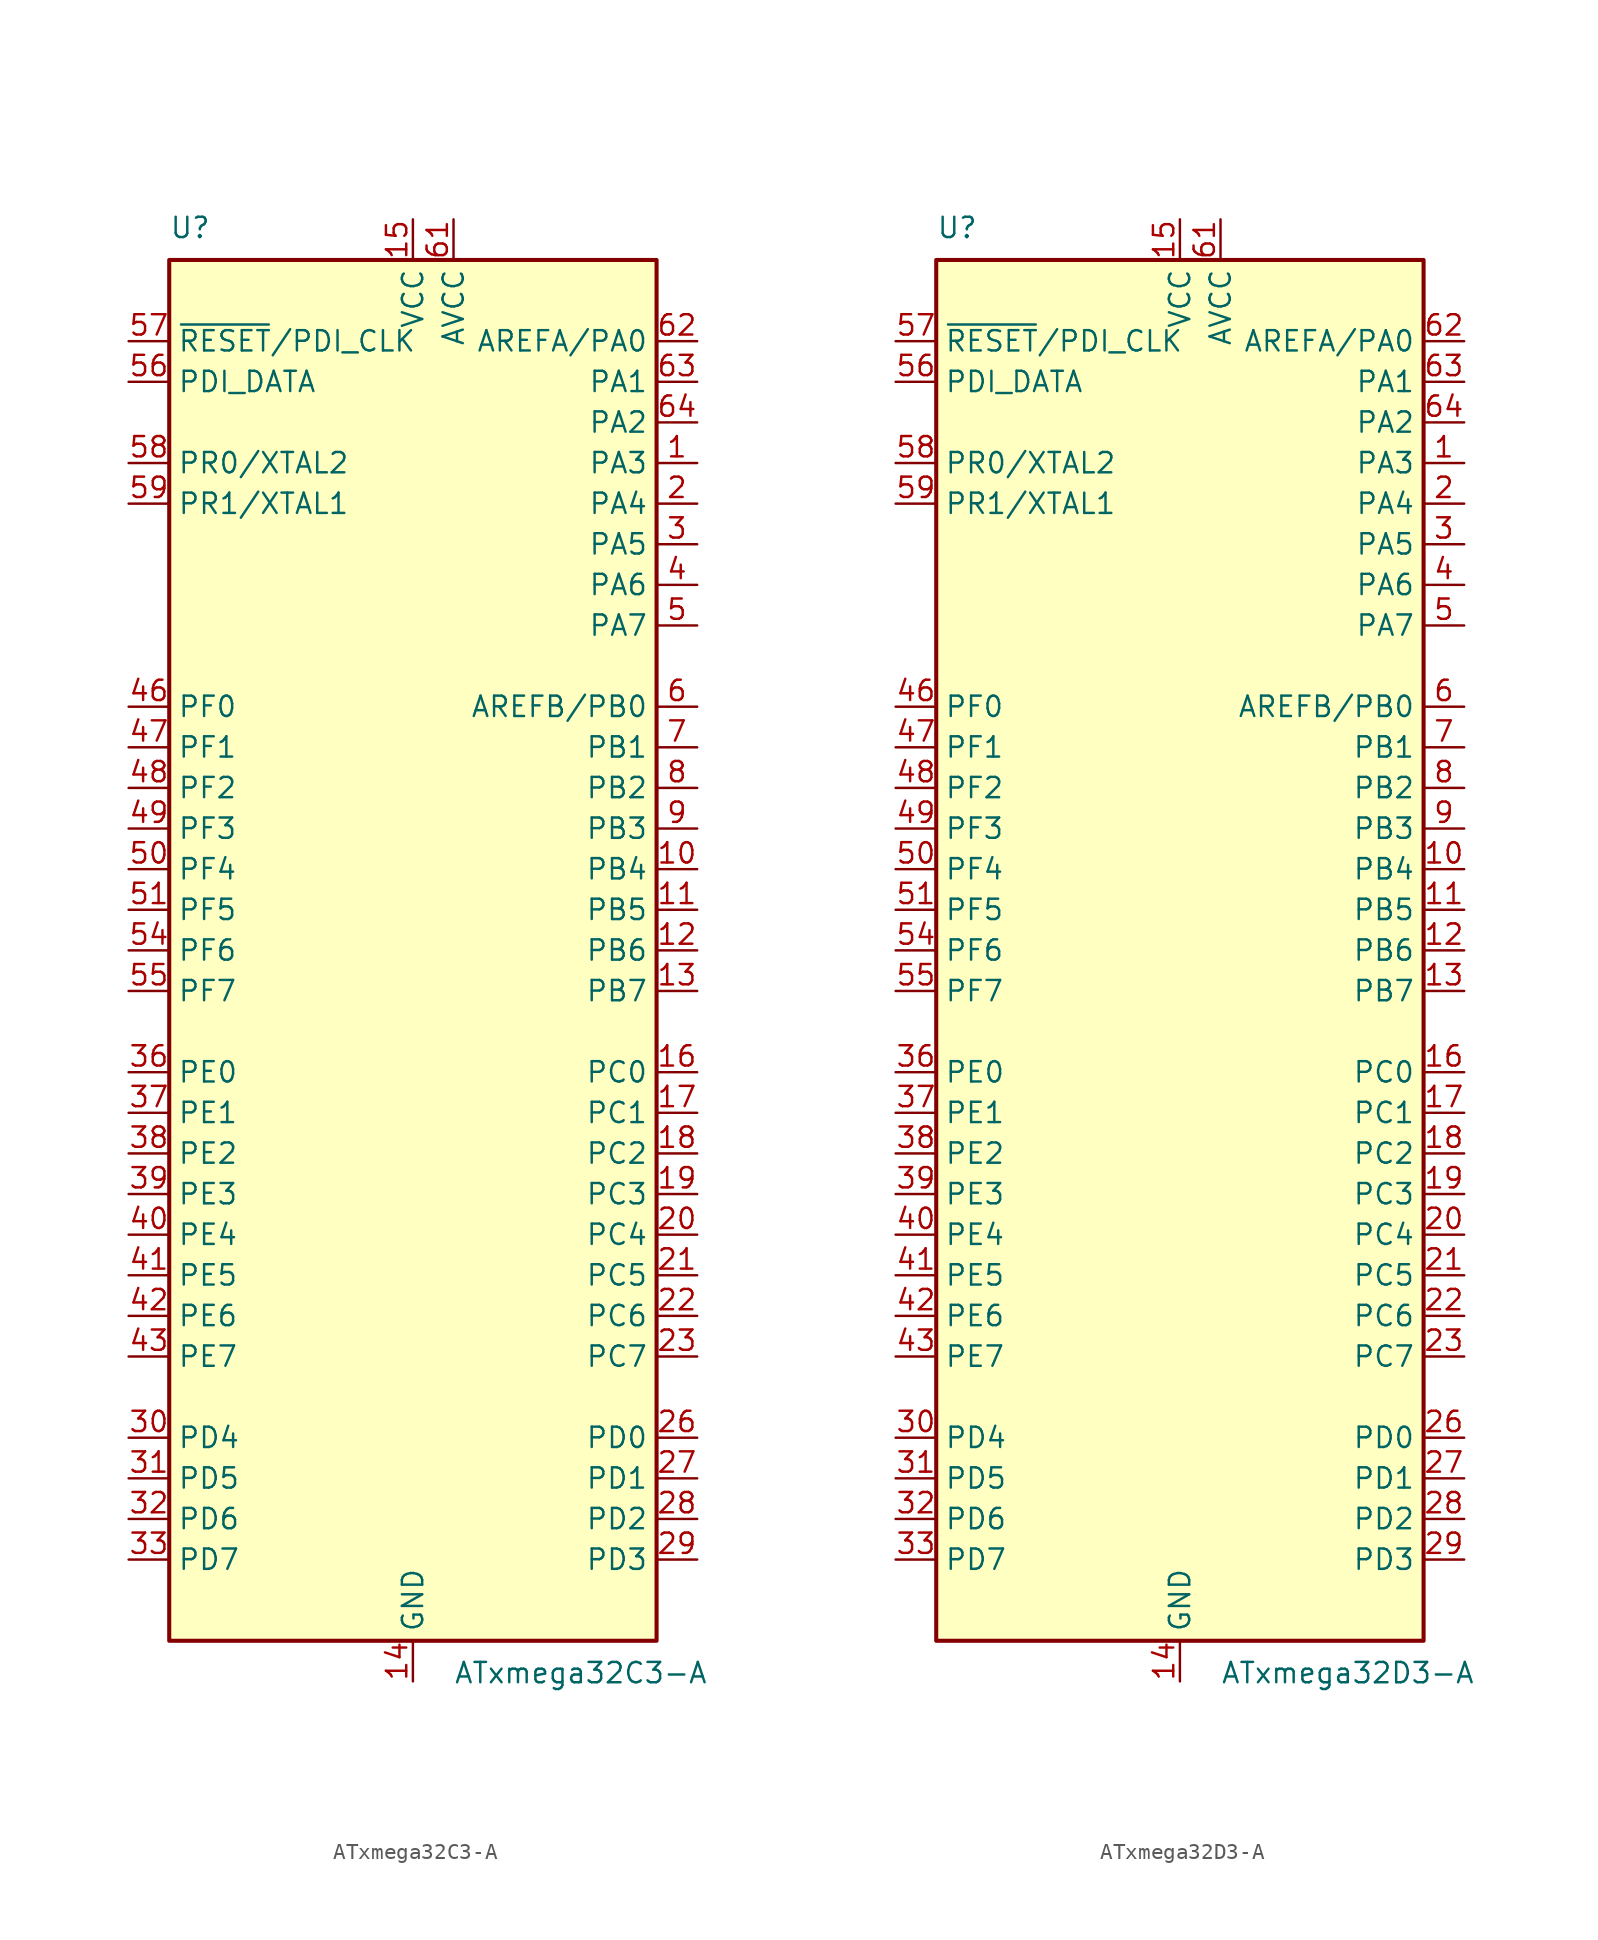
<source format=kicad_sym>
(kicad_symbol_lib
  (version 20201005)
  (generator kicad_symbol_editor)
  (symbol "MCU_Microchip_ATmega:ATxmega32C3-A"
    (property "Reference" "U"
      (at -15.24 44.45 0)
      (effects (font (size 1.27 1.27)) (justify left bottom)))
    (property "Value" "ATxmega32C3-A"
      (at 2.54 -44.45 0)
      (effects (font (size 1.27 1.27)) (justify left top)))
    (symbol "ATxmega32C3-A_0_1"
      (rectangle (start -15.24 -43.18) (end 15.24 43.18) (stroke (width 0.254)) (fill (type background))))
    (symbol "ATxmega32C3-A_1_1"
      (pin bidirectional line (at 17.78 30.48 180) (length 2.54) (name "PA3" (effects (font (size 1.27 1.27)))) (number "1" (effects (font (size 1.27 1.27)))))
      (pin bidirectional line (at 17.78 5.08 180) (length 2.54) (name "PB4" (effects (font (size 1.27 1.27)))) (number "10" (effects (font (size 1.27 1.27)))))
      (pin bidirectional line (at 17.78 2.54 180) (length 2.54) (name "PB5" (effects (font (size 1.27 1.27)))) (number "11" (effects (font (size 1.27 1.27)))))
      (pin bidirectional line (at 17.78 0 180) (length 2.54) (name "PB6" (effects (font (size 1.27 1.27)))) (number "12" (effects (font (size 1.27 1.27)))))
      (pin bidirectional line (at 17.78 -2.54 180) (length 2.54) (name "PB7" (effects (font (size 1.27 1.27)))) (number "13" (effects (font (size 1.27 1.27)))))
      (pin power_in line (at 0 -45.72 90) (length 2.54) (name "GND" (effects (font (size 1.27 1.27)))) (number "14" (effects (font (size 1.27 1.27)))))
      (pin power_in line (at 0 45.72 270) (length 2.54) (name "VCC" (effects (font (size 1.27 1.27)))) (number "15" (effects (font (size 1.27 1.27)))))
      (pin bidirectional line (at 17.78 -7.62 180) (length 2.54) (name "PC0" (effects (font (size 1.27 1.27)))) (number "16" (effects (font (size 1.27 1.27)))))
      (pin bidirectional line (at 17.78 -10.16 180) (length 2.54) (name "PC1" (effects (font (size 1.27 1.27)))) (number "17" (effects (font (size 1.27 1.27)))))
      (pin bidirectional line (at 17.78 -12.7 180) (length 2.54) (name "PC2" (effects (font (size 1.27 1.27)))) (number "18" (effects (font (size 1.27 1.27)))))
      (pin bidirectional line (at 17.78 -15.24 180) (length 2.54) (name "PC3" (effects (font (size 1.27 1.27)))) (number "19" (effects (font (size 1.27 1.27)))))
      (pin bidirectional line (at 17.78 27.94 180) (length 2.54) (name "PA4" (effects (font (size 1.27 1.27)))) (number "2" (effects (font (size 1.27 1.27)))))
      (pin bidirectional line (at 17.78 -17.78 180) (length 2.54) (name "PC4" (effects (font (size 1.27 1.27)))) (number "20" (effects (font (size 1.27 1.27)))))
      (pin bidirectional line (at 17.78 -20.32 180) (length 2.54) (name "PC5" (effects (font (size 1.27 1.27)))) (number "21" (effects (font (size 1.27 1.27)))))
      (pin bidirectional line (at 17.78 -22.86 180) (length 2.54) (name "PC6" (effects (font (size 1.27 1.27)))) (number "22" (effects (font (size 1.27 1.27)))))
      (pin bidirectional line (at 17.78 -25.4 180) (length 2.54) (name "PC7" (effects (font (size 1.27 1.27)))) (number "23" (effects (font (size 1.27 1.27)))))
      (pin passive line (at 0 -45.72 90) (length 2.54) hide (name "GND" (effects (font (size 1.27 1.27)))) (number "24" (effects (font (size 1.27 1.27)))))
      (pin passive line (at 0 45.72 270) (length 2.54) hide (name "VCC" (effects (font (size 1.27 1.27)))) (number "25" (effects (font (size 1.27 1.27)))))
      (pin bidirectional line (at 17.78 -30.48 180) (length 2.54) (name "PD0" (effects (font (size 1.27 1.27)))) (number "26" (effects (font (size 1.27 1.27)))))
      (pin bidirectional line (at 17.78 -33.02 180) (length 2.54) (name "PD1" (effects (font (size 1.27 1.27)))) (number "27" (effects (font (size 1.27 1.27)))))
      (pin bidirectional line (at 17.78 -35.56 180) (length 2.54) (name "PD2" (effects (font (size 1.27 1.27)))) (number "28" (effects (font (size 1.27 1.27)))))
      (pin bidirectional line (at 17.78 -38.1 180) (length 2.54) (name "PD3" (effects (font (size 1.27 1.27)))) (number "29" (effects (font (size 1.27 1.27)))))
      (pin bidirectional line (at 17.78 25.4 180) (length 2.54) (name "PA5" (effects (font (size 1.27 1.27)))) (number "3" (effects (font (size 1.27 1.27)))))
      (pin bidirectional line (at -17.78 -30.48 0) (length 2.54) (name "PD4" (effects (font (size 1.27 1.27)))) (number "30" (effects (font (size 1.27 1.27)))))
      (pin bidirectional line (at -17.78 -33.02 0) (length 2.54) (name "PD5" (effects (font (size 1.27 1.27)))) (number "31" (effects (font (size 1.27 1.27)))))
      (pin bidirectional line (at -17.78 -35.56 0) (length 2.54) (name "PD6" (effects (font (size 1.27 1.27)))) (number "32" (effects (font (size 1.27 1.27)))))
      (pin bidirectional line (at -17.78 -38.1 0) (length 2.54) (name "PD7" (effects (font (size 1.27 1.27)))) (number "33" (effects (font (size 1.27 1.27)))))
      (pin passive line (at 0 -45.72 90) (length 2.54) hide (name "GND" (effects (font (size 1.27 1.27)))) (number "34" (effects (font (size 1.27 1.27)))))
      (pin passive line (at 0 45.72 270) (length 2.54) hide (name "VCC" (effects (font (size 1.27 1.27)))) (number "35" (effects (font (size 1.27 1.27)))))
      (pin bidirectional line (at -17.78 -7.62 0) (length 2.54) (name "PE0" (effects (font (size 1.27 1.27)))) (number "36" (effects (font (size 1.27 1.27)))))
      (pin bidirectional line (at -17.78 -10.16 0) (length 2.54) (name "PE1" (effects (font (size 1.27 1.27)))) (number "37" (effects (font (size 1.27 1.27)))))
      (pin bidirectional line (at -17.78 -12.7 0) (length 2.54) (name "PE2" (effects (font (size 1.27 1.27)))) (number "38" (effects (font (size 1.27 1.27)))))
      (pin bidirectional line (at -17.78 -15.24 0) (length 2.54) (name "PE3" (effects (font (size 1.27 1.27)))) (number "39" (effects (font (size 1.27 1.27)))))
      (pin bidirectional line (at 17.78 22.86 180) (length 2.54) (name "PA6" (effects (font (size 1.27 1.27)))) (number "4" (effects (font (size 1.27 1.27)))))
      (pin bidirectional line (at -17.78 -17.78 0) (length 2.54) (name "PE4" (effects (font (size 1.27 1.27)))) (number "40" (effects (font (size 1.27 1.27)))))
      (pin bidirectional line (at -17.78 -20.32 0) (length 2.54) (name "PE5" (effects (font (size 1.27 1.27)))) (number "41" (effects (font (size 1.27 1.27)))))
      (pin bidirectional line (at -17.78 -22.86 0) (length 2.54) (name "PE6" (effects (font (size 1.27 1.27)))) (number "42" (effects (font (size 1.27 1.27)))))
      (pin bidirectional line (at -17.78 -25.4 0) (length 2.54) (name "PE7" (effects (font (size 1.27 1.27)))) (number "43" (effects (font (size 1.27 1.27)))))
      (pin passive line (at 0 -45.72 90) (length 2.54) hide (name "GND" (effects (font (size 1.27 1.27)))) (number "44" (effects (font (size 1.27 1.27)))))
      (pin passive line (at 0 45.72 270) (length 2.54) hide (name "VCC" (effects (font (size 1.27 1.27)))) (number "45" (effects (font (size 1.27 1.27)))))
      (pin bidirectional line (at -17.78 15.24 0) (length 2.54) (name "PF0" (effects (font (size 1.27 1.27)))) (number "46" (effects (font (size 1.27 1.27)))))
      (pin bidirectional line (at -17.78 12.7 0) (length 2.54) (name "PF1" (effects (font (size 1.27 1.27)))) (number "47" (effects (font (size 1.27 1.27)))))
      (pin bidirectional line (at -17.78 10.16 0) (length 2.54) (name "PF2" (effects (font (size 1.27 1.27)))) (number "48" (effects (font (size 1.27 1.27)))))
      (pin bidirectional line (at -17.78 7.62 0) (length 2.54) (name "PF3" (effects (font (size 1.27 1.27)))) (number "49" (effects (font (size 1.27 1.27)))))
      (pin bidirectional line (at 17.78 20.32 180) (length 2.54) (name "PA7" (effects (font (size 1.27 1.27)))) (number "5" (effects (font (size 1.27 1.27)))))
      (pin bidirectional line (at -17.78 5.08 0) (length 2.54) (name "PF4" (effects (font (size 1.27 1.27)))) (number "50" (effects (font (size 1.27 1.27)))))
      (pin bidirectional line (at -17.78 2.54 0) (length 2.54) (name "PF5" (effects (font (size 1.27 1.27)))) (number "51" (effects (font (size 1.27 1.27)))))
      (pin passive line (at 0 -45.72 90) (length 2.54) hide (name "GND" (effects (font (size 1.27 1.27)))) (number "52" (effects (font (size 1.27 1.27)))))
      (pin passive line (at 0 45.72 270) (length 2.54) hide (name "VCC" (effects (font (size 1.27 1.27)))) (number "53" (effects (font (size 1.27 1.27)))))
      (pin bidirectional line (at -17.78 0 0) (length 2.54) (name "PF6" (effects (font (size 1.27 1.27)))) (number "54" (effects (font (size 1.27 1.27)))))
      (pin bidirectional line (at -17.78 -2.54 0) (length 2.54) (name "PF7" (effects (font (size 1.27 1.27)))) (number "55" (effects (font (size 1.27 1.27)))))
      (pin bidirectional line (at -17.78 35.56 0) (length 2.54) (name "PDI_DATA" (effects (font (size 1.27 1.27)))) (number "56" (effects (font (size 1.27 1.27)))))
      (pin input line (at -17.78 38.1 0) (length 2.54) (name "~RESET~/PDI_CLK" (effects (font (size 1.27 1.27)))) (number "57" (effects (font (size 1.27 1.27)))))
      (pin bidirectional line (at -17.78 30.48 0) (length 2.54) (name "PR0/XTAL2" (effects (font (size 1.27 1.27)))) (number "58" (effects (font (size 1.27 1.27)))))
      (pin bidirectional line (at -17.78 27.94 0) (length 2.54) (name "PR1/XTAL1" (effects (font (size 1.27 1.27)))) (number "59" (effects (font (size 1.27 1.27)))))
      (pin bidirectional line (at 17.78 15.24 180) (length 2.54) (name "AREFB/PB0" (effects (font (size 1.27 1.27)))) (number "6" (effects (font (size 1.27 1.27)))))
      (pin passive line (at 0 -45.72 90) (length 2.54) hide (name "GND" (effects (font (size 1.27 1.27)))) (number "60" (effects (font (size 1.27 1.27)))))
      (pin power_in line (at 2.54 45.72 270) (length 2.54) (name "AVCC" (effects (font (size 1.27 1.27)))) (number "61" (effects (font (size 1.27 1.27)))))
      (pin bidirectional line (at 17.78 38.1 180) (length 2.54) (name "AREFA/PA0" (effects (font (size 1.27 1.27)))) (number "62" (effects (font (size 1.27 1.27)))))
      (pin bidirectional line (at 17.78 35.56 180) (length 2.54) (name "PA1" (effects (font (size 1.27 1.27)))) (number "63" (effects (font (size 1.27 1.27)))))
      (pin bidirectional line (at 17.78 33.02 180) (length 2.54) (name "PA2" (effects (font (size 1.27 1.27)))) (number "64" (effects (font (size 1.27 1.27)))))
      (pin bidirectional line (at 17.78 12.7 180) (length 2.54) (name "PB1" (effects (font (size 1.27 1.27)))) (number "7" (effects (font (size 1.27 1.27)))))
      (pin bidirectional line (at 17.78 10.16 180) (length 2.54) (name "PB2" (effects (font (size 1.27 1.27)))) (number "8" (effects (font (size 1.27 1.27)))))
      (pin bidirectional line (at 17.78 7.62 180) (length 2.54) (name "PB3" (effects (font (size 1.27 1.27)))) (number "9" (effects (font (size 1.27 1.27)))))))
  (symbol "MCU_Microchip_ATmega:ATxmega32D3-A"
    (property "Reference" "U"
      (at -15.24 44.45 0)
      (effects (font (size 1.27 1.27)) (justify left bottom)))
    (property "Value" "ATxmega32D3-A"
      (at 2.54 -44.45 0)
      (effects (font (size 1.27 1.27)) (justify left top)))
    (symbol "ATxmega32D3-A_0_1"
      (rectangle (start -15.24 -43.18) (end 15.24 43.18) (stroke (width 0.254)) (fill (type background))))
    (symbol "ATxmega32D3-A_1_1"
      (pin bidirectional line (at 17.78 30.48 180) (length 2.54) (name "PA3" (effects (font (size 1.27 1.27)))) (number "1" (effects (font (size 1.27 1.27)))))
      (pin bidirectional line (at 17.78 5.08 180) (length 2.54) (name "PB4" (effects (font (size 1.27 1.27)))) (number "10" (effects (font (size 1.27 1.27)))))
      (pin bidirectional line (at 17.78 2.54 180) (length 2.54) (name "PB5" (effects (font (size 1.27 1.27)))) (number "11" (effects (font (size 1.27 1.27)))))
      (pin bidirectional line (at 17.78 0 180) (length 2.54) (name "PB6" (effects (font (size 1.27 1.27)))) (number "12" (effects (font (size 1.27 1.27)))))
      (pin bidirectional line (at 17.78 -2.54 180) (length 2.54) (name "PB7" (effects (font (size 1.27 1.27)))) (number "13" (effects (font (size 1.27 1.27)))))
      (pin power_in line (at 0 -45.72 90) (length 2.54) (name "GND" (effects (font (size 1.27 1.27)))) (number "14" (effects (font (size 1.27 1.27)))))
      (pin power_in line (at 0 45.72 270) (length 2.54) (name "VCC" (effects (font (size 1.27 1.27)))) (number "15" (effects (font (size 1.27 1.27)))))
      (pin bidirectional line (at 17.78 -7.62 180) (length 2.54) (name "PC0" (effects (font (size 1.27 1.27)))) (number "16" (effects (font (size 1.27 1.27)))))
      (pin bidirectional line (at 17.78 -10.16 180) (length 2.54) (name "PC1" (effects (font (size 1.27 1.27)))) (number "17" (effects (font (size 1.27 1.27)))))
      (pin bidirectional line (at 17.78 -12.7 180) (length 2.54) (name "PC2" (effects (font (size 1.27 1.27)))) (number "18" (effects (font (size 1.27 1.27)))))
      (pin bidirectional line (at 17.78 -15.24 180) (length 2.54) (name "PC3" (effects (font (size 1.27 1.27)))) (number "19" (effects (font (size 1.27 1.27)))))
      (pin bidirectional line (at 17.78 27.94 180) (length 2.54) (name "PA4" (effects (font (size 1.27 1.27)))) (number "2" (effects (font (size 1.27 1.27)))))
      (pin bidirectional line (at 17.78 -17.78 180) (length 2.54) (name "PC4" (effects (font (size 1.27 1.27)))) (number "20" (effects (font (size 1.27 1.27)))))
      (pin bidirectional line (at 17.78 -20.32 180) (length 2.54) (name "PC5" (effects (font (size 1.27 1.27)))) (number "21" (effects (font (size 1.27 1.27)))))
      (pin bidirectional line (at 17.78 -22.86 180) (length 2.54) (name "PC6" (effects (font (size 1.27 1.27)))) (number "22" (effects (font (size 1.27 1.27)))))
      (pin bidirectional line (at 17.78 -25.4 180) (length 2.54) (name "PC7" (effects (font (size 1.27 1.27)))) (number "23" (effects (font (size 1.27 1.27)))))
      (pin passive line (at 0 -45.72 90) (length 2.54) hide (name "GND" (effects (font (size 1.27 1.27)))) (number "24" (effects (font (size 1.27 1.27)))))
      (pin passive line (at 0 45.72 270) (length 2.54) hide (name "VCC" (effects (font (size 1.27 1.27)))) (number "25" (effects (font (size 1.27 1.27)))))
      (pin bidirectional line (at 17.78 -30.48 180) (length 2.54) (name "PD0" (effects (font (size 1.27 1.27)))) (number "26" (effects (font (size 1.27 1.27)))))
      (pin bidirectional line (at 17.78 -33.02 180) (length 2.54) (name "PD1" (effects (font (size 1.27 1.27)))) (number "27" (effects (font (size 1.27 1.27)))))
      (pin bidirectional line (at 17.78 -35.56 180) (length 2.54) (name "PD2" (effects (font (size 1.27 1.27)))) (number "28" (effects (font (size 1.27 1.27)))))
      (pin bidirectional line (at 17.78 -38.1 180) (length 2.54) (name "PD3" (effects (font (size 1.27 1.27)))) (number "29" (effects (font (size 1.27 1.27)))))
      (pin bidirectional line (at 17.78 25.4 180) (length 2.54) (name "PA5" (effects (font (size 1.27 1.27)))) (number "3" (effects (font (size 1.27 1.27)))))
      (pin bidirectional line (at -17.78 -30.48 0) (length 2.54) (name "PD4" (effects (font (size 1.27 1.27)))) (number "30" (effects (font (size 1.27 1.27)))))
      (pin bidirectional line (at -17.78 -33.02 0) (length 2.54) (name "PD5" (effects (font (size 1.27 1.27)))) (number "31" (effects (font (size 1.27 1.27)))))
      (pin bidirectional line (at -17.78 -35.56 0) (length 2.54) (name "PD6" (effects (font (size 1.27 1.27)))) (number "32" (effects (font (size 1.27 1.27)))))
      (pin bidirectional line (at -17.78 -38.1 0) (length 2.54) (name "PD7" (effects (font (size 1.27 1.27)))) (number "33" (effects (font (size 1.27 1.27)))))
      (pin passive line (at 0 -45.72 90) (length 2.54) hide (name "GND" (effects (font (size 1.27 1.27)))) (number "34" (effects (font (size 1.27 1.27)))))
      (pin passive line (at 0 45.72 270) (length 2.54) hide (name "VCC" (effects (font (size 1.27 1.27)))) (number "35" (effects (font (size 1.27 1.27)))))
      (pin bidirectional line (at -17.78 -7.62 0) (length 2.54) (name "PE0" (effects (font (size 1.27 1.27)))) (number "36" (effects (font (size 1.27 1.27)))))
      (pin bidirectional line (at -17.78 -10.16 0) (length 2.54) (name "PE1" (effects (font (size 1.27 1.27)))) (number "37" (effects (font (size 1.27 1.27)))))
      (pin bidirectional line (at -17.78 -12.7 0) (length 2.54) (name "PE2" (effects (font (size 1.27 1.27)))) (number "38" (effects (font (size 1.27 1.27)))))
      (pin bidirectional line (at -17.78 -15.24 0) (length 2.54) (name "PE3" (effects (font (size 1.27 1.27)))) (number "39" (effects (font (size 1.27 1.27)))))
      (pin bidirectional line (at 17.78 22.86 180) (length 2.54) (name "PA6" (effects (font (size 1.27 1.27)))) (number "4" (effects (font (size 1.27 1.27)))))
      (pin bidirectional line (at -17.78 -17.78 0) (length 2.54) (name "PE4" (effects (font (size 1.27 1.27)))) (number "40" (effects (font (size 1.27 1.27)))))
      (pin bidirectional line (at -17.78 -20.32 0) (length 2.54) (name "PE5" (effects (font (size 1.27 1.27)))) (number "41" (effects (font (size 1.27 1.27)))))
      (pin bidirectional line (at -17.78 -22.86 0) (length 2.54) (name "PE6" (effects (font (size 1.27 1.27)))) (number "42" (effects (font (size 1.27 1.27)))))
      (pin bidirectional line (at -17.78 -25.4 0) (length 2.54) (name "PE7" (effects (font (size 1.27 1.27)))) (number "43" (effects (font (size 1.27 1.27)))))
      (pin passive line (at 0 -45.72 90) (length 2.54) hide (name "GND" (effects (font (size 1.27 1.27)))) (number "44" (effects (font (size 1.27 1.27)))))
      (pin passive line (at 0 45.72 270) (length 2.54) hide (name "VCC" (effects (font (size 1.27 1.27)))) (number "45" (effects (font (size 1.27 1.27)))))
      (pin bidirectional line (at -17.78 15.24 0) (length 2.54) (name "PF0" (effects (font (size 1.27 1.27)))) (number "46" (effects (font (size 1.27 1.27)))))
      (pin bidirectional line (at -17.78 12.7 0) (length 2.54) (name "PF1" (effects (font (size 1.27 1.27)))) (number "47" (effects (font (size 1.27 1.27)))))
      (pin bidirectional line (at -17.78 10.16 0) (length 2.54) (name "PF2" (effects (font (size 1.27 1.27)))) (number "48" (effects (font (size 1.27 1.27)))))
      (pin bidirectional line (at -17.78 7.62 0) (length 2.54) (name "PF3" (effects (font (size 1.27 1.27)))) (number "49" (effects (font (size 1.27 1.27)))))
      (pin bidirectional line (at 17.78 20.32 180) (length 2.54) (name "PA7" (effects (font (size 1.27 1.27)))) (number "5" (effects (font (size 1.27 1.27)))))
      (pin bidirectional line (at -17.78 5.08 0) (length 2.54) (name "PF4" (effects (font (size 1.27 1.27)))) (number "50" (effects (font (size 1.27 1.27)))))
      (pin bidirectional line (at -17.78 2.54 0) (length 2.54) (name "PF5" (effects (font (size 1.27 1.27)))) (number "51" (effects (font (size 1.27 1.27)))))
      (pin passive line (at 0 -45.72 90) (length 2.54) hide (name "GND" (effects (font (size 1.27 1.27)))) (number "52" (effects (font (size 1.27 1.27)))))
      (pin passive line (at 0 45.72 270) (length 2.54) hide (name "VCC" (effects (font (size 1.27 1.27)))) (number "53" (effects (font (size 1.27 1.27)))))
      (pin bidirectional line (at -17.78 0 0) (length 2.54) (name "PF6" (effects (font (size 1.27 1.27)))) (number "54" (effects (font (size 1.27 1.27)))))
      (pin bidirectional line (at -17.78 -2.54 0) (length 2.54) (name "PF7" (effects (font (size 1.27 1.27)))) (number "55" (effects (font (size 1.27 1.27)))))
      (pin bidirectional line (at -17.78 35.56 0) (length 2.54) (name "PDI_DATA" (effects (font (size 1.27 1.27)))) (number "56" (effects (font (size 1.27 1.27)))))
      (pin input line (at -17.78 38.1 0) (length 2.54) (name "~RESET~/PDI_CLK" (effects (font (size 1.27 1.27)))) (number "57" (effects (font (size 1.27 1.27)))))
      (pin bidirectional line (at -17.78 30.48 0) (length 2.54) (name "PR0/XTAL2" (effects (font (size 1.27 1.27)))) (number "58" (effects (font (size 1.27 1.27)))))
      (pin bidirectional line (at -17.78 27.94 0) (length 2.54) (name "PR1/XTAL1" (effects (font (size 1.27 1.27)))) (number "59" (effects (font (size 1.27 1.27)))))
      (pin bidirectional line (at 17.78 15.24 180) (length 2.54) (name "AREFB/PB0" (effects (font (size 1.27 1.27)))) (number "6" (effects (font (size 1.27 1.27)))))
      (pin passive line (at 0 -45.72 90) (length 2.54) hide (name "GND" (effects (font (size 1.27 1.27)))) (number "60" (effects (font (size 1.27 1.27)))))
      (pin power_in line (at 2.54 45.72 270) (length 2.54) (name "AVCC" (effects (font (size 1.27 1.27)))) (number "61" (effects (font (size 1.27 1.27)))))
      (pin bidirectional line (at 17.78 38.1 180) (length 2.54) (name "AREFA/PA0" (effects (font (size 1.27 1.27)))) (number "62" (effects (font (size 1.27 1.27)))))
      (pin bidirectional line (at 17.78 35.56 180) (length 2.54) (name "PA1" (effects (font (size 1.27 1.27)))) (number "63" (effects (font (size 1.27 1.27)))))
      (pin bidirectional line (at 17.78 33.02 180) (length 2.54) (name "PA2" (effects (font (size 1.27 1.27)))) (number "64" (effects (font (size 1.27 1.27)))))
      (pin bidirectional line (at 17.78 12.7 180) (length 2.54) (name "PB1" (effects (font (size 1.27 1.27)))) (number "7" (effects (font (size 1.27 1.27)))))
      (pin bidirectional line (at 17.78 10.16 180) (length 2.54) (name "PB2" (effects (font (size 1.27 1.27)))) (number "8" (effects (font (size 1.27 1.27)))))
      (pin bidirectional line (at 17.78 7.62 180) (length 2.54) (name "PB3" (effects (font (size 1.27 1.27)))) (number "9" (effects (font (size 1.27 1.27))))))))
</source>
